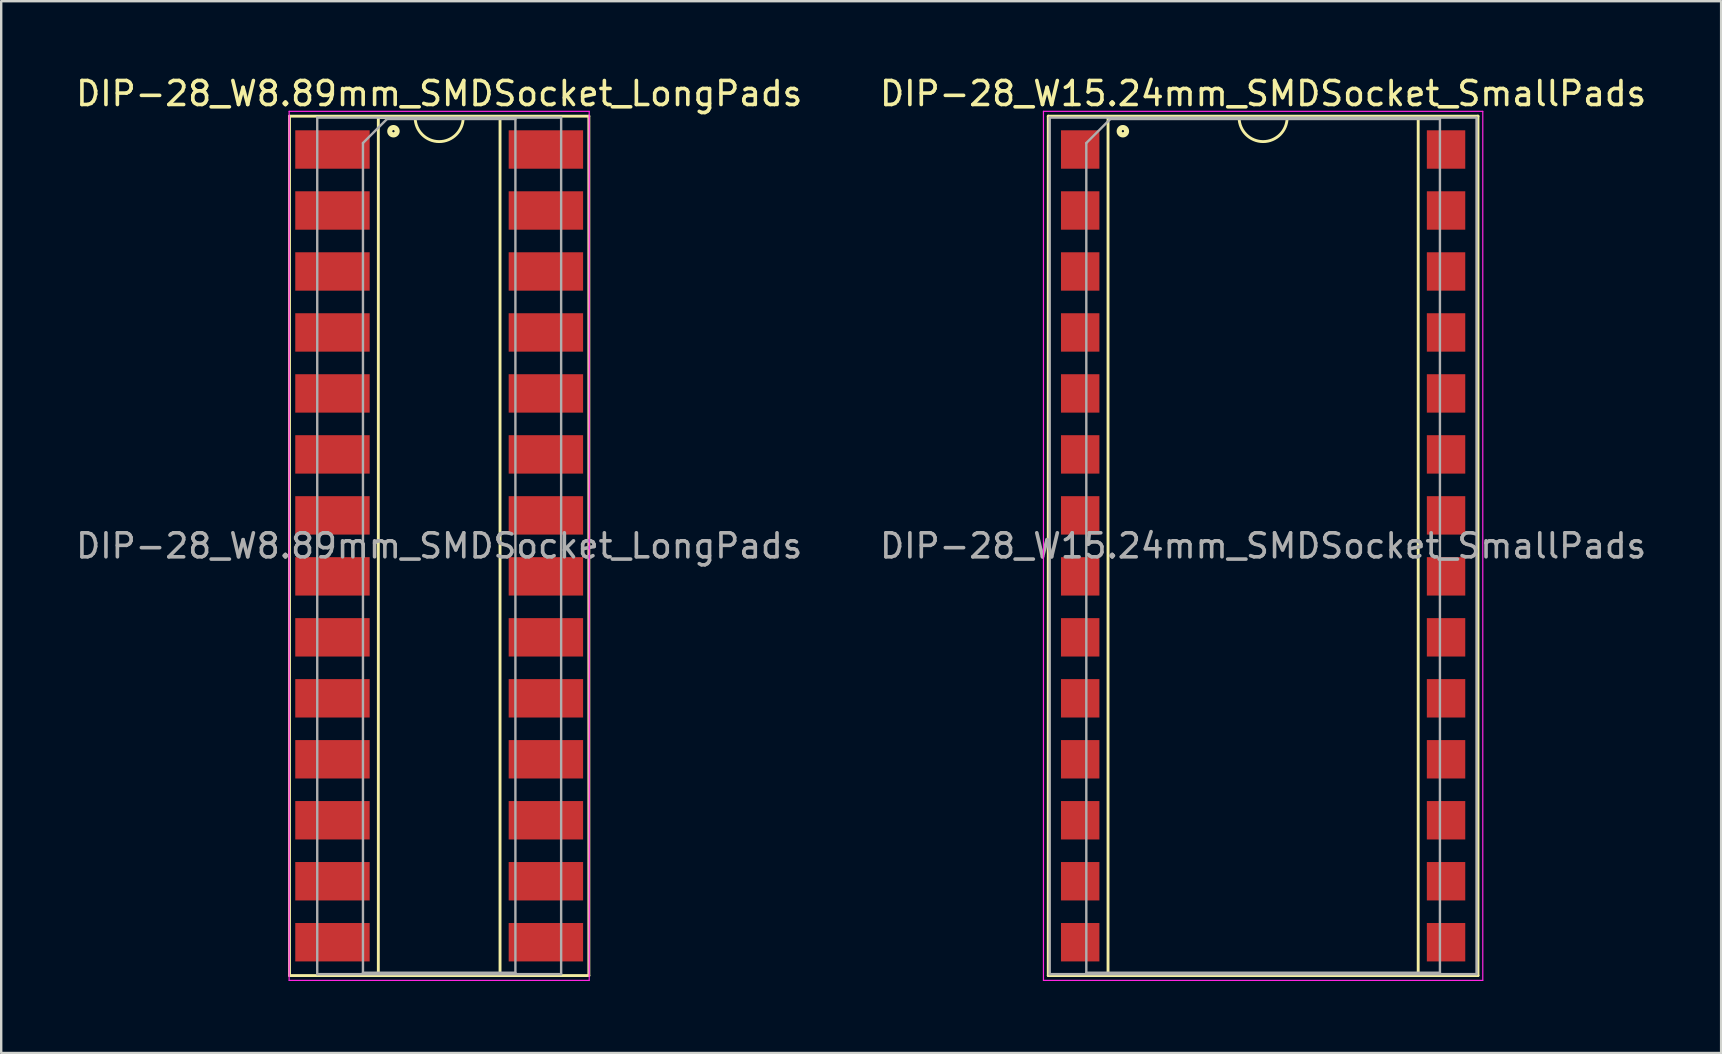
<source format=kicad_pcb>
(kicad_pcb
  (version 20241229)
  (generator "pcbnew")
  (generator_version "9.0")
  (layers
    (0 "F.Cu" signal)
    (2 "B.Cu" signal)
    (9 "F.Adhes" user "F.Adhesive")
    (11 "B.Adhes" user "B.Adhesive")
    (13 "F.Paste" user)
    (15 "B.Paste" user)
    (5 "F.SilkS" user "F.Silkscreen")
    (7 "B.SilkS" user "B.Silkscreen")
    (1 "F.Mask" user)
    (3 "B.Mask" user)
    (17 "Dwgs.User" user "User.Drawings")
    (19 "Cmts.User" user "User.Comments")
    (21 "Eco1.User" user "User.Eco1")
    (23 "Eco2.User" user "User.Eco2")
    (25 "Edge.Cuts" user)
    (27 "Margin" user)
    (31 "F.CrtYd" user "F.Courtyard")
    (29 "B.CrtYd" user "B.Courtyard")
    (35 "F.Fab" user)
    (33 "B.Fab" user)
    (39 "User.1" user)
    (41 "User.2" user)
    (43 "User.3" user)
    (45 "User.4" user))
  (footprint "DIP-28_W15.24mm_SMDSocket_SmallPads"
    (layer "F.Cu")
    (at 49.565 19.688)
    (property "Reference" "DIP-28_W15.24mm_SMDSocket_SmallPads" (at 0 -18.84 0) (layer "F.SilkS") (effects (font (size 1 1) (thickness 0.15))))
    (attr smd)
    (fp_line (start -8.95 -17.9) (end -8.95 17.9) (stroke (width 0.12) (type solid)) (layer "F.SilkS"))
    (fp_line (start -8.95 17.9) (end 8.95 17.9) (stroke (width 0.12) (type solid)) (layer "F.SilkS"))
    (fp_line (start -6.46 -17.84) (end -6.46 17.84) (stroke (width 0.12) (type solid)) (layer "F.SilkS"))
    (fp_line (start -6.46 17.84) (end 6.46 17.84) (stroke (width 0.12) (type solid)) (layer "F.SilkS"))
    (fp_line (start -1 -17.84) (end -6.46 -17.84) (stroke (width 0.12) (type solid)) (layer "F.SilkS"))
    (fp_line (start 6.46 -17.84) (end 1 -17.84) (stroke (width 0.12) (type solid)) (layer "F.SilkS"))
    (fp_line (start 6.46 17.84) (end 6.46 -17.84) (stroke (width 0.12) (type solid)) (layer "F.SilkS"))
    (fp_line (start 8.95 -17.9) (end -8.95 -17.9) (stroke (width 0.12) (type solid)) (layer "F.SilkS"))
    (fp_line (start 8.95 17.9) (end 8.95 -17.9) (stroke (width 0.12) (type solid)) (layer "F.SilkS"))
    (fp_arc (start 1 -17.84) (mid 0 -16.84) (end -1 -17.84) (stroke (width 0.12) (type solid)) (layer "F.SilkS"))
    (fp_circle (center -5.842 -17.272) (end -5.792 -17.272) (stroke (width 0.12) (type solid)) (fill no) (layer "F.SilkS"))
    (fp_circle (center -5.842 -17.272) (end -5.717 -17.272) (stroke (width 0.12) (type solid)) (fill no) (layer "F.SilkS"))
    (fp_circle (center -5.842 -17.272) (end -5.642 -17.272) (stroke (width 0.12) (type solid)) (fill no) (layer "F.SilkS"))
    (fp_line (start -9.15 -18.1) (end -9.15 18.1) (stroke (width 0.05) (type solid)) (layer "F.CrtYd"))
    (fp_line (start -9.15 18.1) (end 9.15 18.1) (stroke (width 0.05) (type solid)) (layer "F.CrtYd"))
    (fp_line (start 9.15 -18.1) (end -9.15 -18.1) (stroke (width 0.05) (type solid)) (layer "F.CrtYd"))
    (fp_line (start 9.15 18.1) (end 9.15 -18.1) (stroke (width 0.05) (type solid)) (layer "F.CrtYd"))
    (fp_line (start -8.89 -17.84) (end -8.89 17.84) (stroke (width 0.1) (type solid)) (layer "F.Fab"))
    (fp_line (start -8.89 17.84) (end 8.89 17.84) (stroke (width 0.1) (type solid)) (layer "F.Fab"))
    (fp_line (start -7.365 -16.78) (end -6.365 -17.78) (stroke (width 0.1) (type solid)) (layer "F.Fab"))
    (fp_line (start -7.365 17.78) (end -7.365 -16.78) (stroke (width 0.1) (type solid)) (layer "F.Fab"))
    (fp_line (start -6.365 -17.78) (end 7.365 -17.78) (stroke (width 0.1) (type solid)) (layer "F.Fab"))
    (fp_line (start 7.365 -17.78) (end 7.365 17.78) (stroke (width 0.1) (type solid)) (layer "F.Fab"))
    (fp_line (start 7.365 17.78) (end -7.365 17.78) (stroke (width 0.1) (type solid)) (layer "F.Fab"))
    (fp_line (start 8.89 -17.84) (end -8.89 -17.84) (stroke (width 0.1) (type solid)) (layer "F.Fab"))
    (fp_line (start 8.89 17.84) (end 8.89 -17.84) (stroke (width 0.1) (type solid)) (layer "F.Fab"))
    (fp_text user "${REFERENCE}" (at 0 0 0) (layer "F.Fab") (effects (font (size 1 1) (thickness 0.15))))
    (pad "1" smd rect (at -7.62 -16.51) (size 1.6 1.6) (layers "F.Cu" "F.Mask" "F.Paste"))
    (pad "2" smd rect (at -7.62 -13.97) (size 1.6 1.6) (layers "F.Cu" "F.Mask" "F.Paste"))
    (pad "3" smd rect (at -7.62 -11.43) (size 1.6 1.6) (layers "F.Cu" "F.Mask" "F.Paste"))
    (pad "4" smd rect (at -7.62 -8.89) (size 1.6 1.6) (layers "F.Cu" "F.Mask" "F.Paste"))
    (pad "5" smd rect (at -7.62 -6.35) (size 1.6 1.6) (layers "F.Cu" "F.Mask" "F.Paste"))
    (pad "6" smd rect (at -7.62 -3.81) (size 1.6 1.6) (layers "F.Cu" "F.Mask" "F.Paste"))
    (pad "7" smd rect (at -7.62 -1.27) (size 1.6 1.6) (layers "F.Cu" "F.Mask" "F.Paste"))
    (pad "8" smd rect (at -7.62 1.27) (size 1.6 1.6) (layers "F.Cu" "F.Mask" "F.Paste"))
    (pad "9" smd rect (at -7.62 3.81) (size 1.6 1.6) (layers "F.Cu" "F.Mask" "F.Paste"))
    (pad "10" smd rect (at -7.62 6.35) (size 1.6 1.6) (layers "F.Cu" "F.Mask" "F.Paste"))
    (pad "11" smd rect (at -7.62 8.89) (size 1.6 1.6) (layers "F.Cu" "F.Mask" "F.Paste"))
    (pad "12" smd rect (at -7.62 11.43) (size 1.6 1.6) (layers "F.Cu" "F.Mask" "F.Paste"))
    (pad "13" smd rect (at -7.62 13.97) (size 1.6 1.6) (layers "F.Cu" "F.Mask" "F.Paste"))
    (pad "14" smd rect (at -7.62 16.51) (size 1.6 1.6) (layers "F.Cu" "F.Mask" "F.Paste"))
    (pad "15" smd rect (at 7.62 16.51) (size 1.6 1.6) (layers "F.Cu" "F.Mask" "F.Paste"))
    (pad "16" smd rect (at 7.62 13.97) (size 1.6 1.6) (layers "F.Cu" "F.Mask" "F.Paste"))
    (pad "17" smd rect (at 7.62 11.43) (size 1.6 1.6) (layers "F.Cu" "F.Mask" "F.Paste"))
    (pad "18" smd rect (at 7.62 8.89) (size 1.6 1.6) (layers "F.Cu" "F.Mask" "F.Paste"))
    (pad "19" smd rect (at 7.62 6.35) (size 1.6 1.6) (layers "F.Cu" "F.Mask" "F.Paste"))
    (pad "20" smd rect (at 7.62 3.81) (size 1.6 1.6) (layers "F.Cu" "F.Mask" "F.Paste"))
    (pad "21" smd rect (at 7.62 1.27) (size 1.6 1.6) (layers "F.Cu" "F.Mask" "F.Paste"))
    (pad "22" smd rect (at 7.62 -1.27) (size 1.6 1.6) (layers "F.Cu" "F.Mask" "F.Paste"))
    (pad "23" smd rect (at 7.62 -3.81) (size 1.6 1.6) (layers "F.Cu" "F.Mask" "F.Paste"))
    (pad "24" smd rect (at 7.62 -6.35) (size 1.6 1.6) (layers "F.Cu" "F.Mask" "F.Paste"))
    (pad "25" smd rect (at 7.62 -8.89) (size 1.6 1.6) (layers "F.Cu" "F.Mask" "F.Paste"))
    (pad "26" smd rect (at 7.62 -11.43) (size 1.6 1.6) (layers "F.Cu" "F.Mask" "F.Paste"))
    (pad "27" smd rect (at 7.62 -13.97) (size 1.6 1.6) (layers "F.Cu" "F.Mask" "F.Paste"))
    (pad "28" smd rect (at 7.62 -16.51) (size 1.6 1.6) (layers "F.Cu" "F.Mask" "F.Paste")))
  (footprint "DIP-28_W8.89mm_SMDSocket_LongPads"
    (layer "F.Cu")
    (at 15.244 19.688)
    (property "Reference" "DIP-28_W8.89mm_SMDSocket_LongPads" (at 0 -18.84 0) (layer "F.SilkS") (effects (font (size 1 1) (thickness 0.15))))
    (attr smd)
    (fp_line (start -6.235 -17.9) (end -6.235 17.9) (stroke (width 0.12) (type solid)) (layer "F.SilkS"))
    (fp_line (start -6.235 17.9) (end 6.235 17.9) (stroke (width 0.12) (type solid)) (layer "F.SilkS"))
    (fp_line (start -2.535 -17.84) (end -2.535 17.84) (stroke (width 0.12) (type solid)) (layer "F.SilkS"))
    (fp_line (start -2.535 17.84) (end 2.535 17.84) (stroke (width 0.12) (type solid)) (layer "F.SilkS"))
    (fp_line (start -1 -17.84) (end -2.535 -17.84) (stroke (width 0.12) (type solid)) (layer "F.SilkS"))
    (fp_line (start 2.535 -17.84) (end 1 -17.84) (stroke (width 0.12) (type solid)) (layer "F.SilkS"))
    (fp_line (start 2.535 17.84) (end 2.535 -17.84) (stroke (width 0.12) (type solid)) (layer "F.SilkS"))
    (fp_line (start 6.235 -17.9) (end -6.235 -17.9) (stroke (width 0.12) (type solid)) (layer "F.SilkS"))
    (fp_line (start 6.235 17.9) (end 6.235 -17.9) (stroke (width 0.12) (type solid)) (layer "F.SilkS"))
    (fp_arc (start 1 -17.84) (mid 0 -16.84) (end -1 -17.84) (stroke (width 0.12) (type solid)) (layer "F.SilkS"))
    (fp_circle (center -1.905 -17.272) (end -1.855 -17.272) (stroke (width 0.12) (type solid)) (fill no) (layer "F.SilkS"))
    (fp_circle (center -1.905 -17.272) (end -1.78 -17.272) (stroke (width 0.12) (type solid)) (fill no) (layer "F.SilkS"))
    (fp_circle (center -1.905 -17.272) (end -1.705 -17.272) (stroke (width 0.12) (type solid)) (fill no) (layer "F.SilkS"))
    (fp_line (start -6.25 -18.1) (end -6.25 18.1) (stroke (width 0.05) (type solid)) (layer "F.CrtYd"))
    (fp_line (start -6.25 18.1) (end 6.25 18.1) (stroke (width 0.05) (type solid)) (layer "F.CrtYd"))
    (fp_line (start 6.25 -18.1) (end -6.25 -18.1) (stroke (width 0.05) (type solid)) (layer "F.CrtYd"))
    (fp_line (start 6.25 18.1) (end 6.25 -18.1) (stroke (width 0.05) (type solid)) (layer "F.CrtYd"))
    (fp_line (start -5.08 -17.84) (end -5.08 17.84) (stroke (width 0.1) (type solid)) (layer "F.Fab"))
    (fp_line (start -5.08 17.84) (end 5.08 17.84) (stroke (width 0.1) (type solid)) (layer "F.Fab"))
    (fp_line (start -3.175 -16.78) (end -2.175 -17.78) (stroke (width 0.1) (type solid)) (layer "F.Fab"))
    (fp_line (start -3.175 17.78) (end -3.175 -16.78) (stroke (width 0.1) (type solid)) (layer "F.Fab"))
    (fp_line (start -2.175 -17.78) (end 3.175 -17.78) (stroke (width 0.1) (type solid)) (layer "F.Fab"))
    (fp_line (start 3.175 -17.78) (end 3.175 17.78) (stroke (width 0.1) (type solid)) (layer "F.Fab"))
    (fp_line (start 3.175 17.78) (end -3.175 17.78) (stroke (width 0.1) (type solid)) (layer "F.Fab"))
    (fp_line (start 5.08 -17.84) (end -5.08 -17.84) (stroke (width 0.1) (type solid)) (layer "F.Fab"))
    (fp_line (start 5.08 17.84) (end 5.08 -17.84) (stroke (width 0.1) (type solid)) (layer "F.Fab"))
    (fp_text user "${REFERENCE}" (at 0 0 0) (layer "F.Fab") (effects (font (size 1 1) (thickness 0.15))))
    (pad "1" smd rect (at -4.445 -16.51) (size 3.1 1.6) (layers "F.Cu" "F.Mask" "F.Paste"))
    (pad "2" smd rect (at -4.445 -13.97) (size 3.1 1.6) (layers "F.Cu" "F.Mask" "F.Paste"))
    (pad "3" smd rect (at -4.445 -11.43) (size 3.1 1.6) (layers "F.Cu" "F.Mask" "F.Paste"))
    (pad "4" smd rect (at -4.445 -8.89) (size 3.1 1.6) (layers "F.Cu" "F.Mask" "F.Paste"))
    (pad "5" smd rect (at -4.445 -6.35) (size 3.1 1.6) (layers "F.Cu" "F.Mask" "F.Paste"))
    (pad "6" smd rect (at -4.445 -3.81) (size 3.1 1.6) (layers "F.Cu" "F.Mask" "F.Paste"))
    (pad "7" smd rect (at -4.445 -1.27) (size 3.1 1.6) (layers "F.Cu" "F.Mask" "F.Paste"))
    (pad "8" smd rect (at -4.445 1.27) (size 3.1 1.6) (layers "F.Cu" "F.Mask" "F.Paste"))
    (pad "9" smd rect (at -4.445 3.81) (size 3.1 1.6) (layers "F.Cu" "F.Mask" "F.Paste"))
    (pad "10" smd rect (at -4.445 6.35) (size 3.1 1.6) (layers "F.Cu" "F.Mask" "F.Paste"))
    (pad "11" smd rect (at -4.445 8.89) (size 3.1 1.6) (layers "F.Cu" "F.Mask" "F.Paste"))
    (pad "12" smd rect (at -4.445 11.43) (size 3.1 1.6) (layers "F.Cu" "F.Mask" "F.Paste"))
    (pad "13" smd rect (at -4.445 13.97) (size 3.1 1.6) (layers "F.Cu" "F.Mask" "F.Paste"))
    (pad "14" smd rect (at -4.445 16.51) (size 3.1 1.6) (layers "F.Cu" "F.Mask" "F.Paste"))
    (pad "15" smd rect (at 4.445 16.51) (size 3.1 1.6) (layers "F.Cu" "F.Mask" "F.Paste"))
    (pad "16" smd rect (at 4.445 13.97) (size 3.1 1.6) (layers "F.Cu" "F.Mask" "F.Paste"))
    (pad "17" smd rect (at 4.445 11.43) (size 3.1 1.6) (layers "F.Cu" "F.Mask" "F.Paste"))
    (pad "18" smd rect (at 4.445 8.89) (size 3.1 1.6) (layers "F.Cu" "F.Mask" "F.Paste"))
    (pad "19" smd rect (at 4.445 6.35) (size 3.1 1.6) (layers "F.Cu" "F.Mask" "F.Paste"))
    (pad "20" smd rect (at 4.445 3.81) (size 3.1 1.6) (layers "F.Cu" "F.Mask" "F.Paste"))
    (pad "21" smd rect (at 4.445 1.27) (size 3.1 1.6) (layers "F.Cu" "F.Mask" "F.Paste"))
    (pad "22" smd rect (at 4.445 -1.27) (size 3.1 1.6) (layers "F.Cu" "F.Mask" "F.Paste"))
    (pad "23" smd rect (at 4.445 -3.81) (size 3.1 1.6) (layers "F.Cu" "F.Mask" "F.Paste"))
    (pad "24" smd rect (at 4.445 -6.35) (size 3.1 1.6) (layers "F.Cu" "F.Mask" "F.Paste"))
    (pad "25" smd rect (at 4.445 -8.89) (size 3.1 1.6) (layers "F.Cu" "F.Mask" "F.Paste"))
    (pad "26" smd rect (at 4.445 -11.43) (size 3.1 1.6) (layers "F.Cu" "F.Mask" "F.Paste"))
    (pad "27" smd rect (at 4.445 -13.97) (size 3.1 1.6) (layers "F.Cu" "F.Mask" "F.Paste"))
    (pad "28" smd rect (at 4.445 -16.51) (size 3.1 1.6) (layers "F.Cu" "F.Mask" "F.Paste")))
  (gr_rect
    (start -3 -3)
    (end 68.643 40.813)
    (stroke (width 0.1) (type default))
    (fill no)
    (layer "Edge.Cuts")))
</source>
